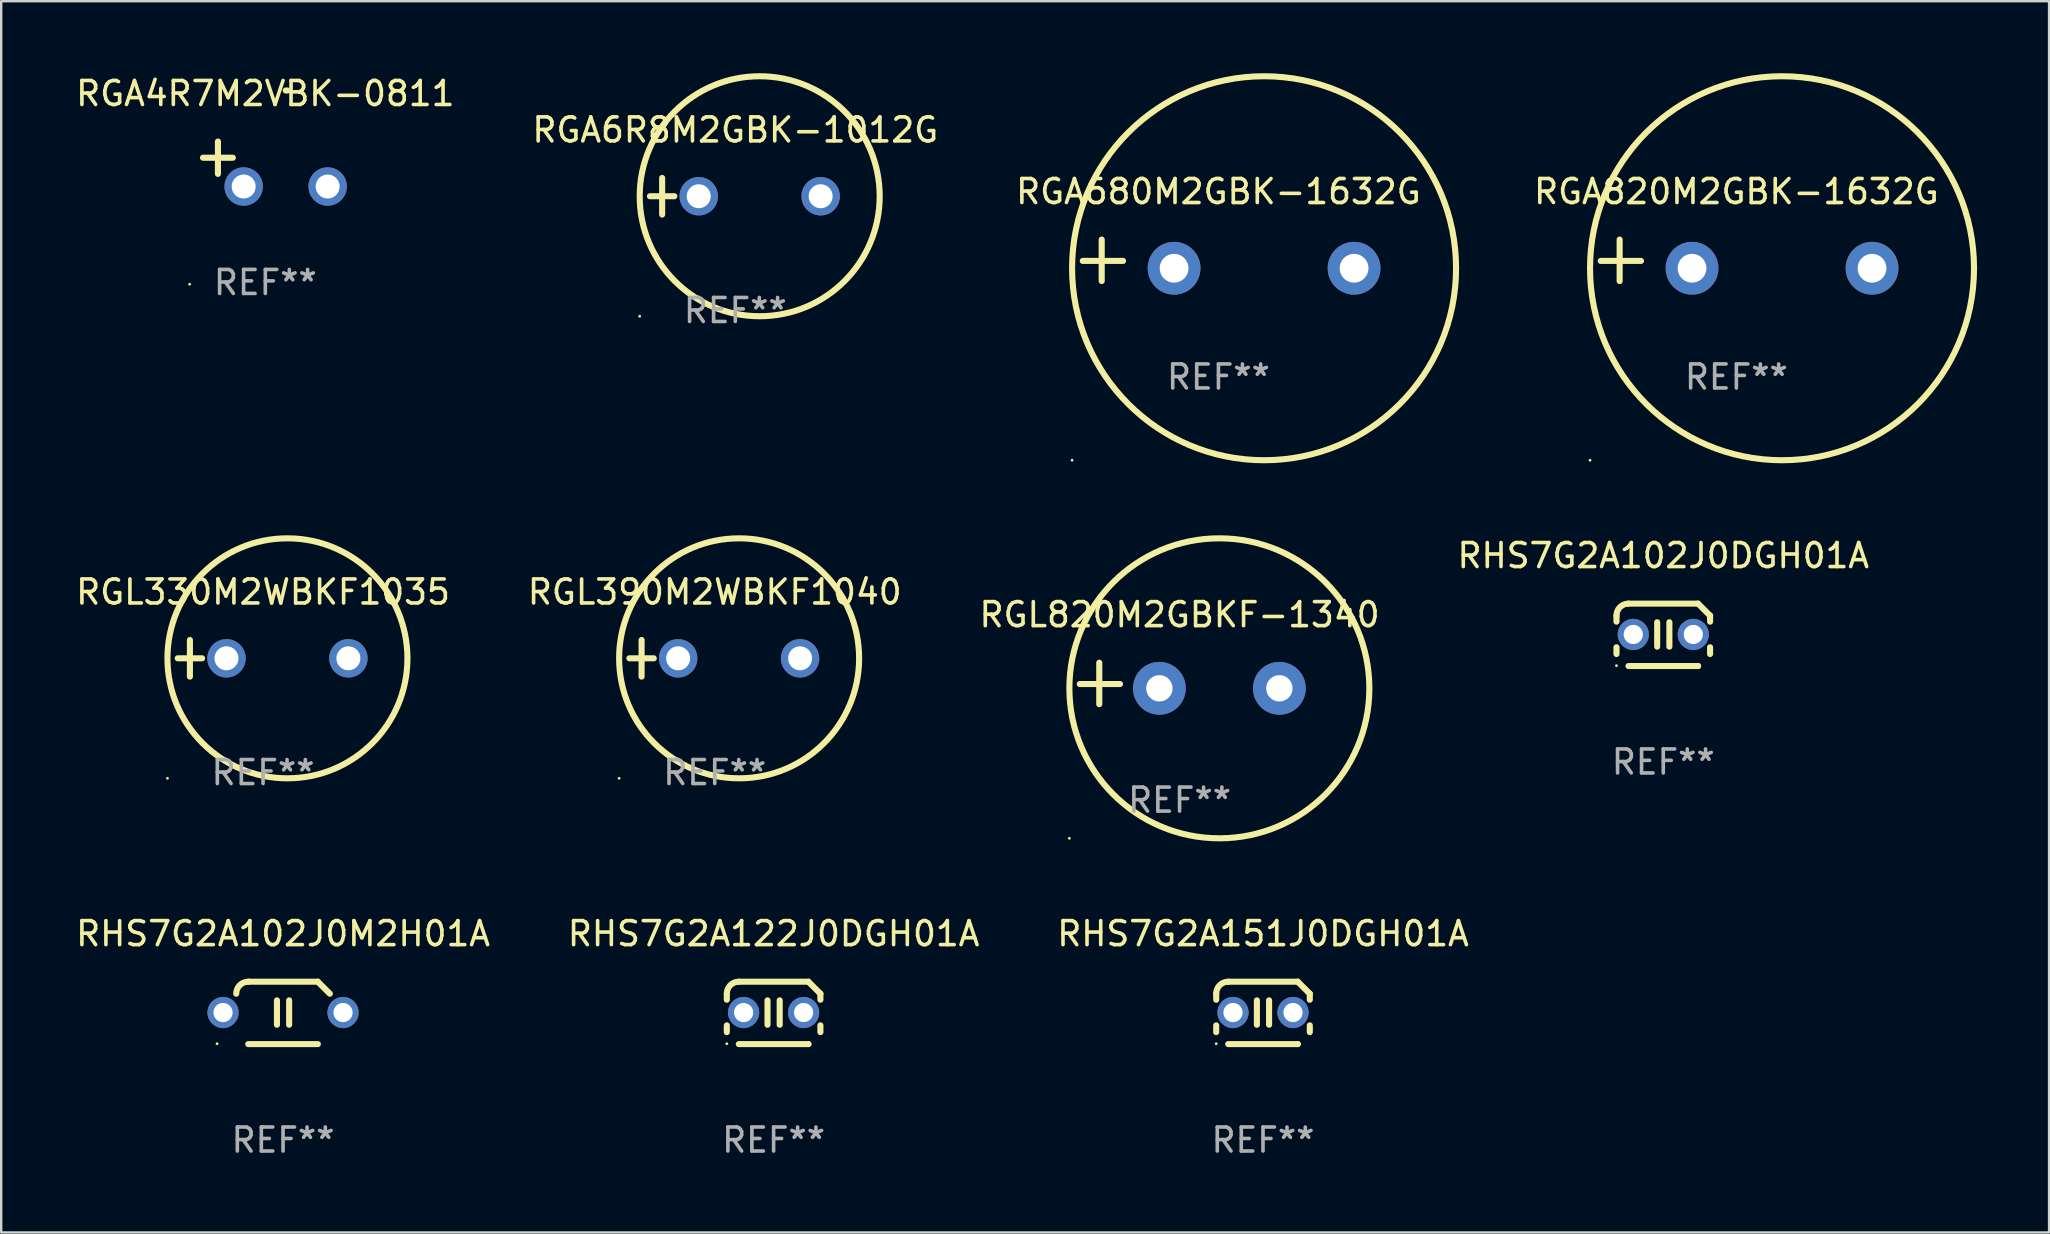
<source format=kicad_pcb>
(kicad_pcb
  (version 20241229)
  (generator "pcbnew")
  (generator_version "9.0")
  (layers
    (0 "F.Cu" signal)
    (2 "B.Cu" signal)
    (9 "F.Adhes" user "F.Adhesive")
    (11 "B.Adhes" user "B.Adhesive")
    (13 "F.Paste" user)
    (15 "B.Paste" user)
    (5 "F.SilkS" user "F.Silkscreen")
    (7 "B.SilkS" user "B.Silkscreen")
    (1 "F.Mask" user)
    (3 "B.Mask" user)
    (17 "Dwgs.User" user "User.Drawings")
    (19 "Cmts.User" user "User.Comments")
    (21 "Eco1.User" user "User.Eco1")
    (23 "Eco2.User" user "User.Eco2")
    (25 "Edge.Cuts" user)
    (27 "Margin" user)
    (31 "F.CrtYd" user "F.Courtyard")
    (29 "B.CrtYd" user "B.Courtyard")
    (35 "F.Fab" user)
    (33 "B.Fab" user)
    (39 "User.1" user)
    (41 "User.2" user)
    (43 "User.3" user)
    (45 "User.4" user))
  (footprint "RHS7G2A102J0DGH01A"
    (layer "F.Cu")
    (at 66.256 23.402)
    (property "Reference" "RHS7G2A102J0DGH01A" (at 0 -3.3 0) (layer "F.SilkS") (effects (font (size 1 1) (thickness 0.15))))
    (attr through_hole)
    (fp_line (start -1.95 -0.549) (end -1.95 -0.8) (stroke (width 0.254) (type solid)) (layer "F.SilkS"))
    (fp_line (start -1.95 0.8) (end -1.95 0.519) (stroke (width 0.254) (type solid)) (layer "F.SilkS"))
    (fp_line (start -1.45 1.3) (end 1.45 1.3) (stroke (width 0.254) (type solid)) (layer "F.SilkS"))
    (fp_line (start -0.254 -0.523) (end -0.254 0.493) (stroke (width 0.254) (type solid)) (layer "F.SilkS"))
    (fp_line (start 0.254 -0.523) (end 0.254 0.493) (stroke (width 0.254) (type solid)) (layer "F.SilkS"))
    (fp_line (start 1.45 1.3) (end 1.45 1.3) (stroke (width 0.254) (type solid)) (layer "F.SilkS"))
    (fp_line (start 1.45 -1.3) (end -1.45 -1.3) (stroke (width 0.254) (type solid)) (layer "F.SilkS"))
    (fp_line (start 1.95 -0.8) (end 1.95 -0.549) (stroke (width 0.254) (type solid)) (layer "F.SilkS"))
    (fp_line (start 1.95 0.519) (end 1.95 0.8) (stroke (width 0.254) (type solid)) (layer "F.SilkS"))
    (fp_arc (start -1.95 -0.800025) (mid -1.803553 -1.153578) (end -1.45 -1.300025) (stroke (width 0.254001) (type solid)) (layer "F.SilkS"))
    (fp_arc (start 1.95 -0.8) (mid 1.699755 -1.049755) (end 1.45 -1.3) (stroke (width 0.254001) (type solid)) (layer "F.SilkS"))
    (fp_circle (center -1.95 1.285) (end -1.92 1.285) (stroke (width 0.06) (type solid)) (fill no) (layer "F.SilkS"))
    (fp_text user "REF**" (at 0 5.3 0) (layer "F.Fab") (effects (font (size 1 1) (thickness 0.15))))
    (pad "1" thru_hole circle (at -1.25 -0.015) (size 1.3 1.3) (drill 0.8) (layers "*.Cu" "*.Mask"))
    (pad "2" thru_hole circle (at 1.25 -0.015) (size 1.3 1.3) (drill 0.8) (layers "*.Cu" "*.Mask")))
  (footprint "RGL820M2GBKF-1340"
    (layer "F.Cu")
    (at 46.101 25.428)
    (property "Reference" "RGL820M2GBKF-1340" (at 0 -2.864 0) (layer "F.SilkS") (effects (font (size 1 1) (thickness 0.15))))
    (attr through_hole)
    (fp_line (start -3.346 0.864) (end -3.346 -0.864) (stroke (width 0.254) (type solid)) (layer "F.SilkS"))
    (fp_line (start -2.482 0.025) (end -4.158 0.025) (stroke (width 0.254) (type solid)) (layer "F.SilkS"))
    (fp_circle (center -4.592 6.453) (end -4.562 6.453) (stroke (width 0.06) (type solid)) (fill no) (layer "F.SilkS"))
    (fp_circle (center 1.658 0.203) (end 7.908 0.203) (stroke (width 0.254) (type solid)) (fill no) (layer "F.SilkS"))
    (fp_text user "REF**" (at 0 4.864 0) (layer "F.Fab") (effects (font (size 1 1) (thickness 0.15))))
    (pad "1" thru_hole circle (at -0.842 0.203) (size 2.2 2.2) (drill 1.1) (layers "*.Cu" "*.Mask"))
    (pad "2" thru_hole circle (at 4.158 0.203) (size 2.2 2.2) (drill 1.1) (layers "*.Cu" "*.Mask")))
  (footprint "RGA4R7M2VBK-0811"
    (layer "F.Cu")
    (at 8.006 3.785)
    (property "Reference" "RGA4R7M2VBK-0811" (at 0 -2.937 0) (layer "F.SilkS") (effects (font (size 1 1) (thickness 0.15))))
    (attr through_hole)
    (fp_line (start -1.975 0.41) (end -1.975 -0.937) (stroke (width 0.254) (type solid)) (layer "F.SilkS"))
    (fp_line (start -1.353 -0.263) (end -2.597 -0.263) (stroke (width 0.254) (type solid)) (layer "F.SilkS"))
    (fp_arc (start 0.849809 -3.063957) (mid 0.885369 -3.064114) (end 0.920929 -3.063957) (stroke (width 0.254001) (type solid)) (layer "F.SilkS"))
    (fp_circle (center -3.154 5.008) (end -3.124 5.008) (stroke (width 0.06) (type solid)) (fill no) (layer "F.SilkS"))
    (fp_text user "REF**" (at 0 4.937 0) (layer "F.Fab") (effects (font (size 1 1) (thickness 0.15))))
    (pad "1" thru_hole circle (at -0.903 0.937) (size 1.6 1.6) (drill 1) (layers "*.Cu" "*.Mask"))
    (pad "2" thru_hole circle (at 2.597 0.937) (size 1.6 1.6) (drill 1) (layers "*.Cu" "*.Mask")))
  (footprint "RHS7G2A122J0DGH01A"
    (layer "F.Cu")
    (at 29.185 39.156)
    (property "Reference" "RHS7G2A122J0DGH01A" (at 0 -3.3 0) (layer "F.SilkS") (effects (font (size 1 1) (thickness 0.15))))
    (attr through_hole)
    (fp_line (start -1.95 -0.549) (end -1.95 -0.8) (stroke (width 0.254) (type solid)) (layer "F.SilkS"))
    (fp_line (start -1.95 0.8) (end -1.95 0.519) (stroke (width 0.254) (type solid)) (layer "F.SilkS"))
    (fp_line (start -1.45 1.3) (end 1.45 1.3) (stroke (width 0.254) (type solid)) (layer "F.SilkS"))
    (fp_line (start -0.254 -0.523) (end -0.254 0.493) (stroke (width 0.254) (type solid)) (layer "F.SilkS"))
    (fp_line (start 0.254 -0.523) (end 0.254 0.493) (stroke (width 0.254) (type solid)) (layer "F.SilkS"))
    (fp_line (start 1.45 1.3) (end 1.45 1.3) (stroke (width 0.254) (type solid)) (layer "F.SilkS"))
    (fp_line (start 1.45 -1.3) (end -1.45 -1.3) (stroke (width 0.254) (type solid)) (layer "F.SilkS"))
    (fp_line (start 1.95 -0.8) (end 1.95 -0.549) (stroke (width 0.254) (type solid)) (layer "F.SilkS"))
    (fp_line (start 1.95 0.519) (end 1.95 0.8) (stroke (width 0.254) (type solid)) (layer "F.SilkS"))
    (fp_arc (start -1.95 -0.800025) (mid -1.803553 -1.153578) (end -1.45 -1.300025) (stroke (width 0.254001) (type solid)) (layer "F.SilkS"))
    (fp_arc (start 1.95 -0.8) (mid 1.699755 -1.049755) (end 1.45 -1.3) (stroke (width 0.254001) (type solid)) (layer "F.SilkS"))
    (fp_circle (center -1.95 1.285) (end -1.92 1.285) (stroke (width 0.06) (type solid)) (fill no) (layer "F.SilkS"))
    (fp_text user "REF**" (at 0 5.3 0) (layer "F.Fab") (effects (font (size 1 1) (thickness 0.15))))
    (pad "1" thru_hole circle (at -1.25 -0.015) (size 1.3 1.3) (drill 0.8) (layers "*.Cu" "*.Mask"))
    (pad "2" thru_hole circle (at 1.25 -0.015) (size 1.3 1.3) (drill 0.8) (layers "*.Cu" "*.Mask")))
  (footprint "RGA680M2GBK-1632G"
    (layer "F.Cu")
    (at 47.72 7.797)
    (property "Reference" "RGA680M2GBK-1632G" (at 0 -2.864 0) (layer "F.SilkS") (effects (font (size 1 1) (thickness 0.15))))
    (attr through_hole)
    (fp_line (start -4.864 0.864) (end -4.864 -0.864) (stroke (width 0.254) (type solid)) (layer "F.SilkS"))
    (fp_line (start -3.975 0.025) (end -5.652 0.025) (stroke (width 0.254) (type solid)) (layer "F.SilkS"))
    (fp_circle (center -6.098 8.33) (end -6.068 8.33) (stroke (width 0.06) (type solid)) (fill no) (layer "F.SilkS"))
    (fp_circle (center 1.902 0.33) (end 9.902 0.33) (stroke (width 0.254) (type solid)) (fill no) (layer "F.SilkS"))
    (fp_text user "REF**" (at 0 4.864 0) (layer "F.Fab") (effects (font (size 1 1) (thickness 0.15))))
    (pad "1" thru_hole circle (at -1.848 0.33) (size 2.2 2.2) (drill 1.2) (layers "*.Cu" "*.Mask"))
    (pad "2" thru_hole circle (at 5.652 0.33) (size 2.2 2.2) (drill 1.2) (layers "*.Cu" "*.Mask")))
  (footprint "RGA6R8M2GBK-1012G"
    (layer "F.Cu")
    (at 27.589 5.127)
    (property "Reference" "RGA6R8M2GBK-1012G" (at 0 -2.762 0) (layer "F.SilkS") (effects (font (size 1 1) (thickness 0.15))))
    (attr through_hole)
    (fp_line (start -3.556 0) (end -2.54 0) (stroke (width 0.254) (type solid)) (layer "F.SilkS"))
    (fp_line (start -3.048 -0.762) (end -3.048 0.762) (stroke (width 0.254) (type solid)) (layer "F.SilkS"))
    (fp_circle (center -3.984 5) (end -3.954 5) (stroke (width 0.06) (type solid)) (fill no) (layer "F.SilkS"))
    (fp_circle (center 1.016 0) (end 6.016 0) (stroke (width 0.254) (type solid)) (fill no) (layer "F.SilkS"))
    (fp_text user "REF**" (at 0 4.762 0) (layer "F.Fab") (effects (font (size 1 1) (thickness 0.15))))
    (pad "1" thru_hole circle (at -1.524 0) (size 1.6 1.6) (drill 1) (layers "*.Cu" "*.Mask"))
    (pad "2" thru_hole circle (at 3.556 0) (size 1.6 1.6) (drill 1) (layers "*.Cu" "*.Mask")))
  (footprint "RGL390M2WBKF1040"
    (layer "F.Cu")
    (at 26.732 24.381)
    (property "Reference" "RGL390M2WBKF1040" (at 0 -2.762 0) (layer "F.SilkS") (effects (font (size 1 1) (thickness 0.15))))
    (attr through_hole)
    (fp_line (start -3.556 0) (end -2.54 0) (stroke (width 0.254) (type solid)) (layer "F.SilkS"))
    (fp_line (start -3.048 -0.762) (end -3.048 0.762) (stroke (width 0.254) (type solid)) (layer "F.SilkS"))
    (fp_circle (center -3.984 5) (end -3.954 5) (stroke (width 0.06) (type solid)) (fill no) (layer "F.SilkS"))
    (fp_circle (center 1.016 0) (end 6.016 0) (stroke (width 0.254) (type solid)) (fill no) (layer "F.SilkS"))
    (fp_text user "REF**" (at 0 4.762 0) (layer "F.Fab") (effects (font (size 1 1) (thickness 0.15))))
    (pad "1" thru_hole circle (at -1.524 0) (size 1.6 1.6) (drill 1) (layers "*.Cu" "*.Mask"))
    (pad "2" thru_hole circle (at 3.556 0) (size 1.6 1.6) (drill 1) (layers "*.Cu" "*.Mask")))
  (footprint "RHS7G2A102J0M2H01A"
    (layer "F.Cu")
    (at 8.744 39.156)
    (property "Reference" "RHS7G2A102J0M2H01A" (at 0 -3.3 0) (layer "F.SilkS") (effects (font (size 1 1) (thickness 0.15))))
    (attr through_hole)
    (fp_line (start -1.45 1.3) (end 1.45 1.3) (stroke (width 0.254) (type solid)) (layer "F.SilkS"))
    (fp_line (start -0.254 -0.523) (end -0.254 0.493) (stroke (width 0.254) (type solid)) (layer "F.SilkS"))
    (fp_line (start 0.254 -0.523) (end 0.254 0.493) (stroke (width 0.254) (type solid)) (layer "F.SilkS"))
    (fp_line (start 1.45 -1.3) (end -1.45 -1.3) (stroke (width 0.254) (type solid)) (layer "F.SilkS"))
    (fp_arc (start -1.95014 -0.800013) (mid -1.803693 -1.153566) (end -1.45014 -1.300013) (stroke (width 0.254001) (type solid)) (layer "F.SilkS"))
    (fp_arc (start 1.94986 -0.799987) (mid 1.699615 -1.049742) (end 1.44986 -1.299987) (stroke (width 0.254001) (type solid)) (layer "F.SilkS"))
    (fp_circle (center -2.75 1.285) (end -2.72 1.285) (stroke (width 0.06) (type solid)) (fill no) (layer "F.SilkS"))
    (fp_text user "REF**" (at 0 5.3 0) (layer "F.Fab") (effects (font (size 1 1) (thickness 0.15))))
    (pad "1" thru_hole circle (at -2.5 -0.015) (size 1.3 1.3) (drill 0.8) (layers "*.Cu" "*.Mask"))
    (pad "2" thru_hole circle (at 2.5 -0.015) (size 1.3 1.3) (drill 0.8) (layers "*.Cu" "*.Mask")))
  (footprint "RHS7G2A151J0DGH01A"
    (layer "F.Cu")
    (at 49.577 39.156)
    (property "Reference" "RHS7G2A151J0DGH01A" (at 0 -3.3 0) (layer "F.SilkS") (effects (font (size 1 1) (thickness 0.15))))
    (attr through_hole)
    (fp_line (start -1.95 -0.549) (end -1.95 -0.8) (stroke (width 0.254) (type solid)) (layer "F.SilkS"))
    (fp_line (start -1.95 0.8) (end -1.95 0.519) (stroke (width 0.254) (type solid)) (layer "F.SilkS"))
    (fp_line (start -1.45 1.3) (end 1.45 1.3) (stroke (width 0.254) (type solid)) (layer "F.SilkS"))
    (fp_line (start -0.254 -0.523) (end -0.254 0.493) (stroke (width 0.254) (type solid)) (layer "F.SilkS"))
    (fp_line (start 0.254 -0.523) (end 0.254 0.493) (stroke (width 0.254) (type solid)) (layer "F.SilkS"))
    (fp_line (start 1.45 1.3) (end 1.45 1.3) (stroke (width 0.254) (type solid)) (layer "F.SilkS"))
    (fp_line (start 1.45 -1.3) (end -1.45 -1.3) (stroke (width 0.254) (type solid)) (layer "F.SilkS"))
    (fp_line (start 1.95 -0.8) (end 1.95 -0.549) (stroke (width 0.254) (type solid)) (layer "F.SilkS"))
    (fp_line (start 1.95 0.519) (end 1.95 0.8) (stroke (width 0.254) (type solid)) (layer "F.SilkS"))
    (fp_arc (start -1.95 -0.800025) (mid -1.803553 -1.153578) (end -1.45 -1.300025) (stroke (width 0.254001) (type solid)) (layer "F.SilkS"))
    (fp_arc (start 1.95 -0.8) (mid 1.699755 -1.049755) (end 1.45 -1.3) (stroke (width 0.254001) (type solid)) (layer "F.SilkS"))
    (fp_circle (center -1.95 1.285) (end -1.92 1.285) (stroke (width 0.06) (type solid)) (fill no) (layer "F.SilkS"))
    (fp_text user "REF**" (at 0 5.3 0) (layer "F.Fab") (effects (font (size 1 1) (thickness 0.15))))
    (pad "1" thru_hole circle (at -1.25 -0.015) (size 1.3 1.3) (drill 0.8) (layers "*.Cu" "*.Mask"))
    (pad "2" thru_hole circle (at 1.25 -0.015) (size 1.3 1.3) (drill 0.8) (layers "*.Cu" "*.Mask")))
  (footprint "RGL330M2WBKF1035"
    (layer "F.Cu")
    (at 7.911 24.381)
    (property "Reference" "RGL330M2WBKF1035" (at 0 -2.762 0) (layer "F.SilkS") (effects (font (size 1 1) (thickness 0.15))))
    (attr through_hole)
    (fp_line (start -3.556 0) (end -2.54 0) (stroke (width 0.254) (type solid)) (layer "F.SilkS"))
    (fp_line (start -3.048 -0.762) (end -3.048 0.762) (stroke (width 0.254) (type solid)) (layer "F.SilkS"))
    (fp_circle (center -3.984 5) (end -3.954 5) (stroke (width 0.06) (type solid)) (fill no) (layer "F.SilkS"))
    (fp_circle (center 1.016 0) (end 6.016 0) (stroke (width 0.254) (type solid)) (fill no) (layer "F.SilkS"))
    (fp_text user "REF**" (at 0 4.762 0) (layer "F.Fab") (effects (font (size 1 1) (thickness 0.15))))
    (pad "1" thru_hole circle (at -1.524 0) (size 1.6 1.6) (drill 1) (layers "*.Cu" "*.Mask"))
    (pad "2" thru_hole circle (at 3.556 0) (size 1.6 1.6) (drill 1) (layers "*.Cu" "*.Mask")))
  (footprint "RGA820M2GBK-1632G"
    (layer "F.Cu")
    (at 69.302 7.797)
    (property "Reference" "RGA820M2GBK-1632G" (at 0 -2.864 0) (layer "F.SilkS") (effects (font (size 1 1) (thickness 0.15))))
    (attr through_hole)
    (fp_line (start -4.864 0.864) (end -4.864 -0.864) (stroke (width 0.254) (type solid)) (layer "F.SilkS"))
    (fp_line (start -3.975 0.025) (end -5.652 0.025) (stroke (width 0.254) (type solid)) (layer "F.SilkS"))
    (fp_circle (center -6.098 8.33) (end -6.068 8.33) (stroke (width 0.06) (type solid)) (fill no) (layer "F.SilkS"))
    (fp_circle (center 1.902 0.33) (end 9.902 0.33) (stroke (width 0.254) (type solid)) (fill no) (layer "F.SilkS"))
    (fp_text user "REF**" (at 0 4.864 0) (layer "F.Fab") (effects (font (size 1 1) (thickness 0.15))))
    (pad "1" thru_hole circle (at -1.848 0.33) (size 2.2 2.2) (drill 1.2) (layers "*.Cu" "*.Mask"))
    (pad "2" thru_hole circle (at 5.652 0.33) (size 2.2 2.2) (drill 1.2) (layers "*.Cu" "*.Mask")))
  (gr_rect
    (start -3 -3)
    (end 82.331 48.304)
    (stroke (width 0.1) (type default))
    (fill no)
    (layer "Edge.Cuts")))
</source>
